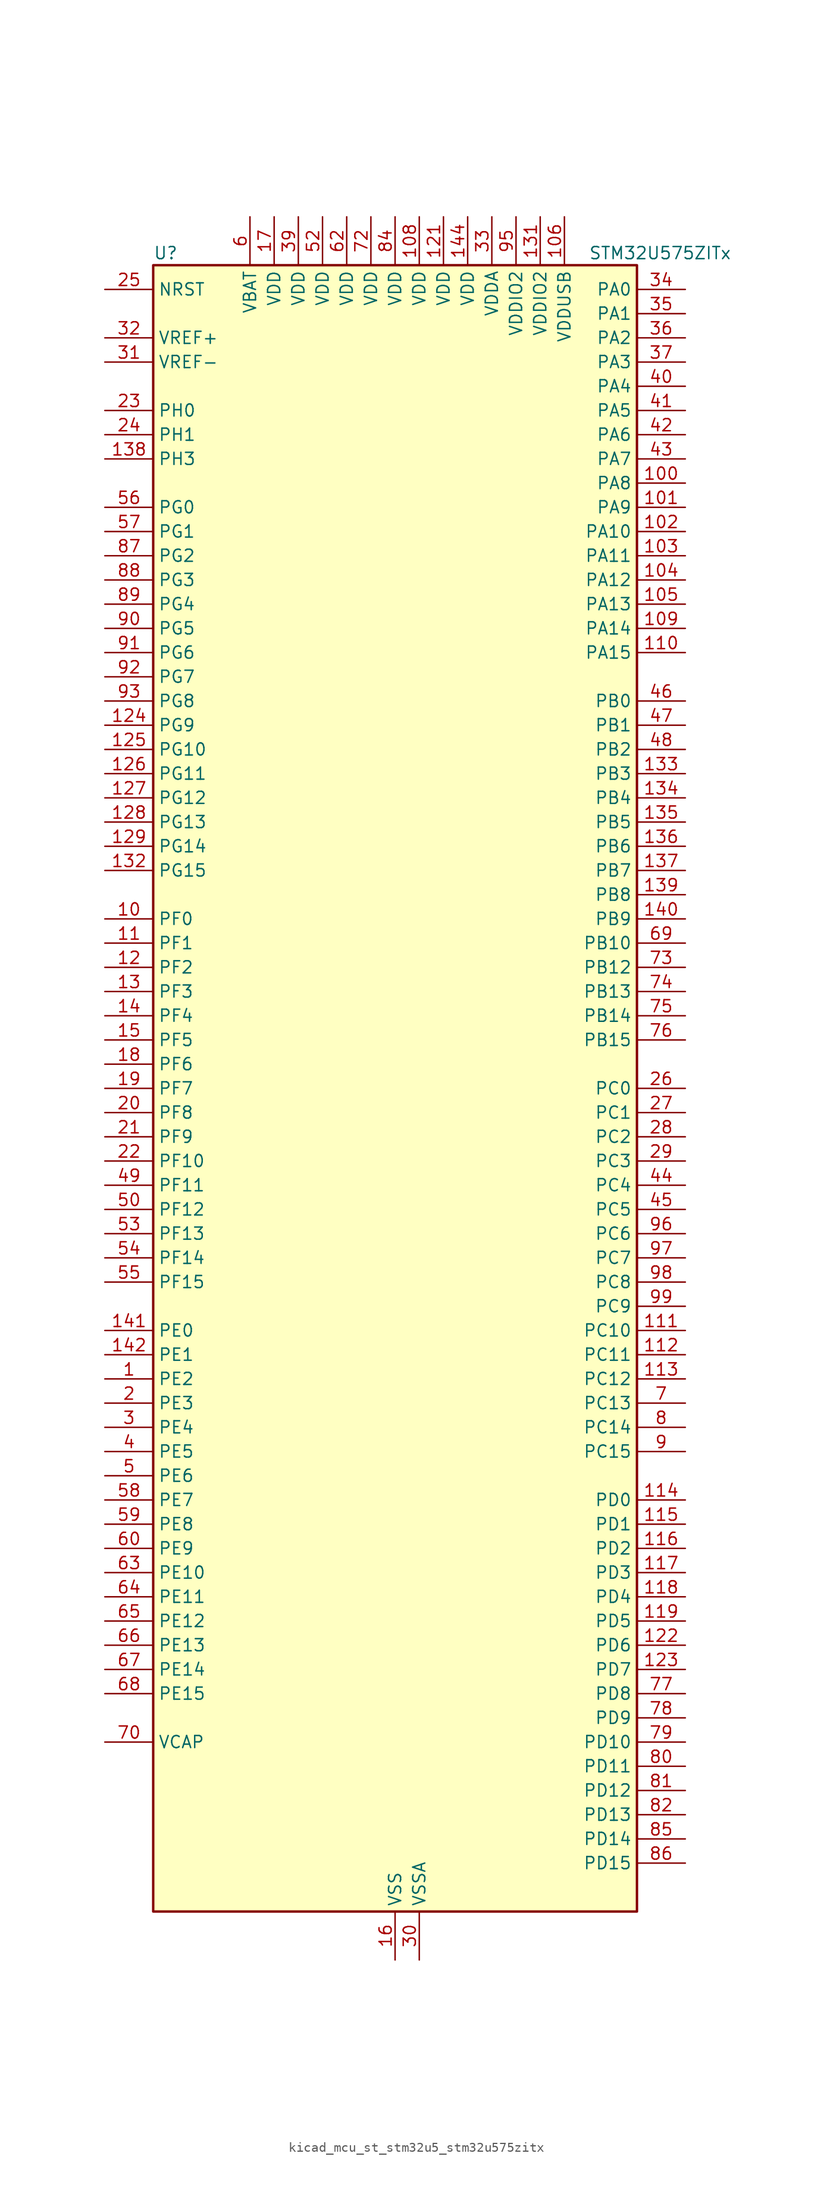
<source format=kicad_sym>
(kicad_symbol_lib
  (version 20220914)
  (generator kicad_symbol_editor)
  (symbol "kicad_mcu_st_stm32u5_stm32u575zitx"
    (property "Reference" "U"
      (at -25.4 87.63 0)
      (effects (font (size 1.27 1.27)) (justify left)))
    (property "Value" "STM32U575ZITx"
      (at 20.32 87.63 0)
      (effects (font (size 1.27 1.27)) (justify left)))
    (property "ki_locked" ""
      (at 0 0 0)
      (effects (font (size 1.27 1.27))))
    (symbol "kicad_mcu_st_stm32u5_stm32u575zitx_0_1"
      (rectangle (start -25.4 -86.36) (end 25.4 86.36) (stroke (width 0.254) (type default)) (fill (type background))))
    (symbol "kicad_mcu_st_stm32u5_stm32u575zitx_1_1"
      (pin bidirectional line (at -30.48 -30.48 0) (length 5.08) (name "PE2" (effects (font (size 1.27 1.27)))) (number "1" (effects (font (size 1.27 1.27)))) (alternate "DEBUG_TRACECLK" bidirectional line) (alternate "FMC_A23" bidirectional line) (alternate "SAI1_CK1" bidirectional line) (alternate "SAI1_MCLK_A" bidirectional line) (alternate "TIM3_ETR" bidirectional line) (alternate "TSC_G7_IO1" bidirectional line))
      (pin bidirectional line (at -30.48 17.78 0) (length 5.08) (name "PF0" (effects (font (size 1.27 1.27)))) (number "10" (effects (font (size 1.27 1.27)))) (alternate "FMC_A0" bidirectional line) (alternate "I2C2_SDA" bidirectional line) (alternate "OCTOSPIM_P2_IO0" bidirectional line))
      (pin bidirectional line (at 30.48 63.5 180) (length 5.08) (name "PA8" (effects (font (size 1.27 1.27)))) (number "100" (effects (font (size 1.27 1.27)))) (alternate "DEBUG_TRACECLK" bidirectional line) (alternate "LPTIM2_CH1" bidirectional line) (alternate "RCC_MCO" bidirectional line) (alternate "SAI1_CK2" bidirectional line) (alternate "SAI1_SCK_A" bidirectional line) (alternate "SPI1_RDY" bidirectional line) (alternate "TIM1_CH1" bidirectional line) (alternate "USART1_CK" bidirectional line) (alternate "USB_OTG_FS_SOF" bidirectional line))
      (pin bidirectional line (at 30.48 60.96 180) (length 5.08) (name "PA9" (effects (font (size 1.27 1.27)))) (number "101" (effects (font (size 1.27 1.27)))) (alternate "DAC1_EXTI9" bidirectional line) (alternate "DCMI_D0" bidirectional line) (alternate "PSSI_D0" bidirectional line) (alternate "SAI1_FS_A" bidirectional line) (alternate "SPI2_SCK" bidirectional line) (alternate "TIM15_BKIN" bidirectional line) (alternate "TIM1_CH2" bidirectional line) (alternate "USART1_TX" bidirectional line) (alternate "USB_OTG_FS_VBUS" bidirectional line))
      (pin bidirectional line (at 30.48 58.42 180) (length 5.08) (name "PA10" (effects (font (size 1.27 1.27)))) (number "102" (effects (font (size 1.27 1.27)))) (alternate "CRS_SYNC" bidirectional line) (alternate "DCMI_D1" bidirectional line) (alternate "LPTIM2_IN2" bidirectional line) (alternate "PSSI_D1" bidirectional line) (alternate "SAI1_D1" bidirectional line) (alternate "SAI1_SD_A" bidirectional line) (alternate "TIM17_BKIN" bidirectional line) (alternate "TIM1_CH3" bidirectional line) (alternate "USART1_RX" bidirectional line) (alternate "USB_OTG_FS_ID" bidirectional line))
      (pin bidirectional line (at 30.48 55.88 180) (length 5.08) (name "PA11" (effects (font (size 1.27 1.27)))) (number "103" (effects (font (size 1.27 1.27)))) (alternate "ADC1_EXTI11" bidirectional line) (alternate "FDCAN1_RX" bidirectional line) (alternate "SPI1_MISO" bidirectional line) (alternate "TIM1_BKIN2" bidirectional line) (alternate "TIM1_CH4" bidirectional line) (alternate "USART1_CTS" bidirectional line) (alternate "USB_OTG_FS_DM" bidirectional line))
      (pin bidirectional line (at 30.48 53.34 180) (length 5.08) (name "PA12" (effects (font (size 1.27 1.27)))) (number "104" (effects (font (size 1.27 1.27)))) (alternate "FDCAN1_TX" bidirectional line) (alternate "OCTOSPIM_P2_NCS" bidirectional line) (alternate "SPI1_MOSI" bidirectional line) (alternate "TIM1_ETR" bidirectional line) (alternate "USART1_DE" bidirectional line) (alternate "USART1_RTS" bidirectional line) (alternate "USB_OTG_FS_DP" bidirectional line))
      (pin bidirectional line (at 30.48 50.8 180) (length 5.08) (name "PA13" (effects (font (size 1.27 1.27)))) (number "105" (effects (font (size 1.27 1.27)))) (alternate "DEBUG_JTMS-SWDIO" bidirectional line) (alternate "IR_OUT" bidirectional line) (alternate "SAI1_SD_B" bidirectional line) (alternate "USB_OTG_FS_NOE" bidirectional line))
      (pin power_in line (at 17.78 91.44 270) (length 5.08) (name "VDDUSB" (effects (font (size 1.27 1.27)))) (number "106" (effects (font (size 1.27 1.27)))))
      (pin passive line (at 0 -91.44 90) (length 5.08) hide (name "VSS" (effects (font (size 1.27 1.27)))) (number "107" (effects (font (size 1.27 1.27)))))
      (pin power_in line (at 2.54 91.44 270) (length 5.08) (name "VDD" (effects (font (size 1.27 1.27)))) (number "108" (effects (font (size 1.27 1.27)))))
      (pin bidirectional line (at 30.48 48.26 180) (length 5.08) (name "PA14" (effects (font (size 1.27 1.27)))) (number "109" (effects (font (size 1.27 1.27)))) (alternate "DEBUG_JTCK-SWCLK" bidirectional line) (alternate "I2C1_SMBA" bidirectional line) (alternate "I2C4_SMBA" bidirectional line) (alternate "LPTIM1_CH1" bidirectional line) (alternate "SAI1_FS_B" bidirectional line) (alternate "USB_OTG_FS_SOF" bidirectional line))
      (pin bidirectional line (at -30.48 15.24 0) (length 5.08) (name "PF1" (effects (font (size 1.27 1.27)))) (number "11" (effects (font (size 1.27 1.27)))) (alternate "FMC_A1" bidirectional line) (alternate "I2C2_SCL" bidirectional line) (alternate "OCTOSPIM_P2_IO1" bidirectional line))
      (pin bidirectional line (at 30.48 45.72 180) (length 5.08) (name "PA15" (effects (font (size 1.27 1.27)))) (number "110" (effects (font (size 1.27 1.27)))) (alternate "ADC1_EXTI15" bidirectional line) (alternate "ADC4_EXTI15" bidirectional line) (alternate "DEBUG_JTDI" bidirectional line) (alternate "SAI2_FS_B" bidirectional line) (alternate "SPI1_NSS" bidirectional line) (alternate "SPI3_NSS" bidirectional line) (alternate "TIM2_CH1" bidirectional line) (alternate "TIM2_ETR" bidirectional line) (alternate "UART4_DE" bidirectional line) (alternate "UART4_RTS" bidirectional line) (alternate "UCPD1_CC1" bidirectional line) (alternate "USART2_RX" bidirectional line) (alternate "USART3_DE" bidirectional line) (alternate "USART3_RTS" bidirectional line))
      (pin bidirectional line (at 30.48 -25.4 180) (length 5.08) (name "PC10" (effects (font (size 1.27 1.27)))) (number "111" (effects (font (size 1.27 1.27)))) (alternate "ADF1_CCK1" bidirectional line) (alternate "DCMI_D8" bidirectional line) (alternate "DEBUG_TRACED1" bidirectional line) (alternate "LPTIM3_ETR" bidirectional line) (alternate "PSSI_D8" bidirectional line) (alternate "SAI2_SCK_B" bidirectional line) (alternate "SDMMC1_D2" bidirectional line) (alternate "SPI3_SCK" bidirectional line) (alternate "TSC_G3_IO2" bidirectional line) (alternate "UART4_TX" bidirectional line) (alternate "USART3_TX" bidirectional line))
      (pin bidirectional line (at 30.48 -27.94 180) (length 5.08) (name "PC11" (effects (font (size 1.27 1.27)))) (number "112" (effects (font (size 1.27 1.27)))) (alternate "ADC1_EXTI11" bidirectional line) (alternate "ADF1_SDI0" bidirectional line) (alternate "DCMI_D2" bidirectional line) (alternate "DCMI_D4" bidirectional line) (alternate "LPTIM3_IN1" bidirectional line) (alternate "OCTOSPIM_P1_NCS" bidirectional line) (alternate "PSSI_D2" bidirectional line) (alternate "PSSI_D4" bidirectional line) (alternate "SAI2_MCLK_B" bidirectional line) (alternate "SDMMC1_D3" bidirectional line) (alternate "SPI3_MISO" bidirectional line) (alternate "TSC_G3_IO3" bidirectional line) (alternate "UART4_RX" bidirectional line) (alternate "UCPD1_FRSTX2" bidirectional line) (alternate "USART3_RX" bidirectional line))
      (pin bidirectional line (at 30.48 -30.48 180) (length 5.08) (name "PC12" (effects (font (size 1.27 1.27)))) (number "113" (effects (font (size 1.27 1.27)))) (alternate "DCMI_D9" bidirectional line) (alternate "DEBUG_TRACED3" bidirectional line) (alternate "PSSI_D9" bidirectional line) (alternate "SAI2_SD_B" bidirectional line) (alternate "SDMMC1_CK" bidirectional line) (alternate "SPI3_MOSI" bidirectional line) (alternate "TSC_G3_IO4" bidirectional line) (alternate "UART5_TX" bidirectional line) (alternate "USART3_CK" bidirectional line))
      (pin bidirectional line (at 30.48 -43.18 180) (length 5.08) (name "PD0" (effects (font (size 1.27 1.27)))) (number "114" (effects (font (size 1.27 1.27)))) (alternate "FDCAN1_RX" bidirectional line) (alternate "FMC_D2" bidirectional line) (alternate "FMC_DA2" bidirectional line) (alternate "SPI2_NSS" bidirectional line) (alternate "TIM8_CH4N" bidirectional line))
      (pin bidirectional line (at 30.48 -45.72 180) (length 5.08) (name "PD1" (effects (font (size 1.27 1.27)))) (number "115" (effects (font (size 1.27 1.27)))) (alternate "FDCAN1_TX" bidirectional line) (alternate "FMC_D3" bidirectional line) (alternate "FMC_DA3" bidirectional line) (alternate "SPI2_SCK" bidirectional line))
      (pin bidirectional line (at 30.48 -48.26 180) (length 5.08) (name "PD2" (effects (font (size 1.27 1.27)))) (number "116" (effects (font (size 1.27 1.27)))) (alternate "DCMI_D11" bidirectional line) (alternate "DEBUG_TRACED2" bidirectional line) (alternate "LPTIM4_ETR" bidirectional line) (alternate "PSSI_D11" bidirectional line) (alternate "SDMMC1_CMD" bidirectional line) (alternate "TIM3_ETR" bidirectional line) (alternate "TSC_SYNC" bidirectional line) (alternate "UART5_RX" bidirectional line) (alternate "USART3_DE" bidirectional line) (alternate "USART3_RTS" bidirectional line))
      (pin bidirectional line (at 30.48 -50.8 180) (length 5.08) (name "PD3" (effects (font (size 1.27 1.27)))) (number "117" (effects (font (size 1.27 1.27)))) (alternate "DCMI_D5" bidirectional line) (alternate "FMC_CLK" bidirectional line) (alternate "MDF1_SDI0" bidirectional line) (alternate "OCTOSPIM_P2_NCS" bidirectional line) (alternate "PSSI_D5" bidirectional line) (alternate "SPI2_MISO" bidirectional line) (alternate "SPI2_SCK" bidirectional line) (alternate "USART2_CTS" bidirectional line))
      (pin bidirectional line (at 30.48 -53.34 180) (length 5.08) (name "PD4" (effects (font (size 1.27 1.27)))) (number "118" (effects (font (size 1.27 1.27)))) (alternate "FMC_NOE" bidirectional line) (alternate "MDF1_CKI0" bidirectional line) (alternate "OCTOSPIM_P1_IO4" bidirectional line) (alternate "SPI2_MOSI" bidirectional line) (alternate "USART2_DE" bidirectional line) (alternate "USART2_RTS" bidirectional line))
      (pin bidirectional line (at 30.48 -55.88 180) (length 5.08) (name "PD5" (effects (font (size 1.27 1.27)))) (number "119" (effects (font (size 1.27 1.27)))) (alternate "FMC_NWE" bidirectional line) (alternate "OCTOSPIM_P1_IO5" bidirectional line) (alternate "SPI2_RDY" bidirectional line) (alternate "USART2_TX" bidirectional line))
      (pin bidirectional line (at -30.48 12.7 0) (length 5.08) (name "PF2" (effects (font (size 1.27 1.27)))) (number "12" (effects (font (size 1.27 1.27)))) (alternate "FMC_A2" bidirectional line) (alternate "I2C2_SMBA" bidirectional line) (alternate "LPTIM3_CH2" bidirectional line) (alternate "OCTOSPIM_P2_IO2" bidirectional line) (alternate "PWR_WKUP8" bidirectional line))
      (pin passive line (at 0 -91.44 90) (length 5.08) hide (name "VSS" (effects (font (size 1.27 1.27)))) (number "120" (effects (font (size 1.27 1.27)))))
      (pin power_in line (at 5.08 91.44 270) (length 5.08) (name "VDD" (effects (font (size 1.27 1.27)))) (number "121" (effects (font (size 1.27 1.27)))))
      (pin bidirectional line (at 30.48 -58.42 180) (length 5.08) (name "PD6" (effects (font (size 1.27 1.27)))) (number "122" (effects (font (size 1.27 1.27)))) (alternate "DCMI_D10" bidirectional line) (alternate "FMC_NWAIT" bidirectional line) (alternate "MDF1_SDI1" bidirectional line) (alternate "OCTOSPIM_P1_IO6" bidirectional line) (alternate "PSSI_D10" bidirectional line) (alternate "SAI1_D1" bidirectional line) (alternate "SAI1_SD_A" bidirectional line) (alternate "SDMMC2_CK" bidirectional line) (alternate "SPI3_MOSI" bidirectional line) (alternate "USART2_RX" bidirectional line))
      (pin bidirectional line (at 30.48 -60.96 180) (length 5.08) (name "PD7" (effects (font (size 1.27 1.27)))) (number "123" (effects (font (size 1.27 1.27)))) (alternate "FMC_NCE" bidirectional line) (alternate "FMC_NE1" bidirectional line) (alternate "LPTIM4_OUT" bidirectional line) (alternate "MDF1_CKI1" bidirectional line) (alternate "OCTOSPIM_P1_IO7" bidirectional line) (alternate "SDMMC2_CMD" bidirectional line) (alternate "USART2_CK" bidirectional line))
      (pin bidirectional line (at -30.48 38.1 0) (length 5.08) (name "PG9" (effects (font (size 1.27 1.27)))) (number "124" (effects (font (size 1.27 1.27)))) (alternate "DAC1_EXTI9" bidirectional line) (alternate "FMC_NCE" bidirectional line) (alternate "FMC_NE2" bidirectional line) (alternate "OCTOSPIM_P2_IO6" bidirectional line) (alternate "SAI2_SCK_A" bidirectional line) (alternate "SPI3_SCK" bidirectional line) (alternate "TIM15_CH1N" bidirectional line) (alternate "USART1_TX" bidirectional line))
      (pin bidirectional line (at -30.48 35.56 0) (length 5.08) (name "PG10" (effects (font (size 1.27 1.27)))) (number "125" (effects (font (size 1.27 1.27)))) (alternate "FMC_NE3" bidirectional line) (alternate "LPTIM1_IN1" bidirectional line) (alternate "OCTOSPIM_P2_IO7" bidirectional line) (alternate "SAI2_FS_A" bidirectional line) (alternate "SPI3_MISO" bidirectional line) (alternate "TIM15_CH1" bidirectional line) (alternate "USART1_RX" bidirectional line))
      (pin bidirectional line (at -30.48 33.02 0) (length 5.08) (name "PG11" (effects (font (size 1.27 1.27)))) (number "126" (effects (font (size 1.27 1.27)))) (alternate "ADC1_EXTI11" bidirectional line) (alternate "LPTIM1_IN2" bidirectional line) (alternate "OCTOSPIM_P1_IO5" bidirectional line) (alternate "SAI2_MCLK_A" bidirectional line) (alternate "SPI3_MOSI" bidirectional line) (alternate "TIM15_CH2" bidirectional line) (alternate "USART1_CTS" bidirectional line))
      (pin bidirectional line (at -30.48 30.48 0) (length 5.08) (name "PG12" (effects (font (size 1.27 1.27)))) (number "127" (effects (font (size 1.27 1.27)))) (alternate "FMC_NE4" bidirectional line) (alternate "LPTIM1_ETR" bidirectional line) (alternate "OCTOSPIM_P2_NCS" bidirectional line) (alternate "SAI2_SD_A" bidirectional line) (alternate "SPI3_NSS" bidirectional line) (alternate "USART1_DE" bidirectional line) (alternate "USART1_RTS" bidirectional line))
      (pin bidirectional line (at -30.48 27.94 0) (length 5.08) (name "PG13" (effects (font (size 1.27 1.27)))) (number "128" (effects (font (size 1.27 1.27)))) (alternate "FMC_A24" bidirectional line) (alternate "I2C1_SDA" bidirectional line) (alternate "SPI3_RDY" bidirectional line) (alternate "USART1_CK" bidirectional line))
      (pin bidirectional line (at -30.48 25.4 0) (length 5.08) (name "PG14" (effects (font (size 1.27 1.27)))) (number "129" (effects (font (size 1.27 1.27)))) (alternate "FMC_A25" bidirectional line) (alternate "I2C1_SCL" bidirectional line) (alternate "LPTIM1_CH2" bidirectional line))
      (pin bidirectional line (at -30.48 10.16 0) (length 5.08) (name "PF3" (effects (font (size 1.27 1.27)))) (number "13" (effects (font (size 1.27 1.27)))) (alternate "FMC_A3" bidirectional line) (alternate "LPTIM3_IN1" bidirectional line) (alternate "OCTOSPIM_P2_IO3" bidirectional line))
      (pin passive line (at 0 -91.44 90) (length 5.08) hide (name "VSS" (effects (font (size 1.27 1.27)))) (number "130" (effects (font (size 1.27 1.27)))))
      (pin power_in line (at 15.24 91.44 270) (length 5.08) (name "VDDIO2" (effects (font (size 1.27 1.27)))) (number "131" (effects (font (size 1.27 1.27)))))
      (pin bidirectional line (at -30.48 22.86 0) (length 5.08) (name "PG15" (effects (font (size 1.27 1.27)))) (number "132" (effects (font (size 1.27 1.27)))) (alternate "ADC1_EXTI15" bidirectional line) (alternate "ADC4_EXTI15" bidirectional line) (alternate "DCMI_D13" bidirectional line) (alternate "I2C1_SMBA" bidirectional line) (alternate "LPTIM1_CH1" bidirectional line) (alternate "OCTOSPIM_P2_DQS" bidirectional line) (alternate "PSSI_D13" bidirectional line))
      (pin bidirectional line (at 30.48 33.02 180) (length 5.08) (name "PB3" (effects (font (size 1.27 1.27)))) (number "133" (effects (font (size 1.27 1.27)))) (alternate "ADF1_CCK0" bidirectional line) (alternate "COMP2_INM" bidirectional line) (alternate "CRS_SYNC" bidirectional line) (alternate "DEBUG_JTDO-SWO" bidirectional line) (alternate "I2C1_SDA" bidirectional line) (alternate "LPTIM1_CH1" bidirectional line) (alternate "SAI1_SCK_B" bidirectional line) (alternate "SDMMC2_D2" bidirectional line) (alternate "SPI1_SCK" bidirectional line) (alternate "SPI3_SCK" bidirectional line) (alternate "TIM2_CH2" bidirectional line) (alternate "USART1_DE" bidirectional line) (alternate "USART1_RTS" bidirectional line))
      (pin bidirectional line (at 30.48 30.48 180) (length 5.08) (name "PB4" (effects (font (size 1.27 1.27)))) (number "134" (effects (font (size 1.27 1.27)))) (alternate "ADF1_SDI0" bidirectional line) (alternate "COMP2_INP" bidirectional line) (alternate "DCMI_D12" bidirectional line) (alternate "DEBUG_JTRST" bidirectional line) (alternate "I2C3_SDA" bidirectional line) (alternate "LPTIM1_CH2" bidirectional line) (alternate "PSSI_D12" bidirectional line) (alternate "SAI1_MCLK_B" bidirectional line) (alternate "SDMMC2_D3" bidirectional line) (alternate "SPI1_MISO" bidirectional line) (alternate "SPI3_MISO" bidirectional line) (alternate "TIM17_BKIN" bidirectional line) (alternate "TIM3_CH1" bidirectional line) (alternate "TSC_G2_IO1" bidirectional line) (alternate "UART5_DE" bidirectional line) (alternate "UART5_RTS" bidirectional line) (alternate "USART1_CTS" bidirectional line))
      (pin bidirectional line (at 30.48 27.94 180) (length 5.08) (name "PB5" (effects (font (size 1.27 1.27)))) (number "135" (effects (font (size 1.27 1.27)))) (alternate "COMP2_OUT" bidirectional line) (alternate "DCMI_D10" bidirectional line) (alternate "I2C1_SMBA" bidirectional line) (alternate "LPTIM1_IN1" bidirectional line) (alternate "OCTOSPIM_P1_NCLK" bidirectional line) (alternate "PSSI_D10" bidirectional line) (alternate "PWR_WKUP6" bidirectional line) (alternate "SAI1_SD_B" bidirectional line) (alternate "SPI1_MOSI" bidirectional line) (alternate "SPI3_MOSI" bidirectional line) (alternate "TIM16_BKIN" bidirectional line) (alternate "TIM3_CH2" bidirectional line) (alternate "TSC_G2_IO2" bidirectional line) (alternate "UART5_CTS" bidirectional line) (alternate "UCPD1_DBCC1" bidirectional line) (alternate "USART1_CK" bidirectional line))
      (pin bidirectional line (at 30.48 25.4 180) (length 5.08) (name "PB6" (effects (font (size 1.27 1.27)))) (number "136" (effects (font (size 1.27 1.27)))) (alternate "COMP2_INP" bidirectional line) (alternate "DCMI_D5" bidirectional line) (alternate "I2C1_SCL" bidirectional line) (alternate "I2C4_SCL" bidirectional line) (alternate "LPTIM1_ETR" bidirectional line) (alternate "MDF1_SDI5" bidirectional line) (alternate "PSSI_D5" bidirectional line) (alternate "PWR_WKUP3" bidirectional line) (alternate "SAI1_FS_B" bidirectional line) (alternate "TIM16_CH1N" bidirectional line) (alternate "TIM4_CH1" bidirectional line) (alternate "TIM8_BKIN2" bidirectional line) (alternate "TSC_G2_IO3" bidirectional line) (alternate "USART1_TX" bidirectional line))
      (pin bidirectional line (at 30.48 22.86 180) (length 5.08) (name "PB7" (effects (font (size 1.27 1.27)))) (number "137" (effects (font (size 1.27 1.27)))) (alternate "COMP2_INM" bidirectional line) (alternate "DCMI_VSYNC" bidirectional line) (alternate "FMC_NL" bidirectional line) (alternate "I2C1_SDA" bidirectional line) (alternate "I2C4_SDA" bidirectional line) (alternate "LPTIM1_IN2" bidirectional line) (alternate "MDF1_CKI5" bidirectional line) (alternate "PSSI_RDY" bidirectional line) (alternate "PWR_PVD_IN" bidirectional line) (alternate "PWR_WKUP4" bidirectional line) (alternate "TIM17_CH1N" bidirectional line) (alternate "TIM4_CH2" bidirectional line) (alternate "TIM8_BKIN" bidirectional line) (alternate "TSC_G2_IO4" bidirectional line) (alternate "UART4_CTS" bidirectional line) (alternate "USART1_RX" bidirectional line))
      (pin bidirectional line (at -30.48 66.04 0) (length 5.08) (name "PH3" (effects (font (size 1.27 1.27)))) (number "138" (effects (font (size 1.27 1.27)))))
      (pin bidirectional line (at 30.48 20.32 180) (length 5.08) (name "PB8" (effects (font (size 1.27 1.27)))) (number "139" (effects (font (size 1.27 1.27)))) (alternate "DCMI_D6" bidirectional line) (alternate "FDCAN1_RX" bidirectional line) (alternate "I2C1_SCL" bidirectional line) (alternate "MDF1_CCK0" bidirectional line) (alternate "PSSI_D6" bidirectional line) (alternate "PWR_WKUP5" bidirectional line) (alternate "SAI1_CK1" bidirectional line) (alternate "SAI1_MCLK_A" bidirectional line) (alternate "SDMMC1_CKIN" bidirectional line) (alternate "SDMMC1_D4" bidirectional line) (alternate "SDMMC2_D4" bidirectional line) (alternate "SPI3_RDY" bidirectional line) (alternate "TIM16_CH1" bidirectional line) (alternate "TIM4_CH3" bidirectional line))
      (pin bidirectional line (at -30.48 7.62 0) (length 5.08) (name "PF4" (effects (font (size 1.27 1.27)))) (number "14" (effects (font (size 1.27 1.27)))) (alternate "FMC_A4" bidirectional line) (alternate "LPTIM3_ETR" bidirectional line) (alternate "OCTOSPIM_P2_CLK" bidirectional line))
      (pin bidirectional line (at 30.48 17.78 180) (length 5.08) (name "PB9" (effects (font (size 1.27 1.27)))) (number "140" (effects (font (size 1.27 1.27)))) (alternate "DAC1_EXTI9" bidirectional line) (alternate "DCMI_D7" bidirectional line) (alternate "FDCAN1_TX" bidirectional line) (alternate "I2C1_SDA" bidirectional line) (alternate "IR_OUT" bidirectional line) (alternate "PSSI_D7" bidirectional line) (alternate "SAI1_D2" bidirectional line) (alternate "SAI1_FS_A" bidirectional line) (alternate "SDMMC1_CDIR" bidirectional line) (alternate "SDMMC1_D5" bidirectional line) (alternate "SDMMC2_D5" bidirectional line) (alternate "SPI2_NSS" bidirectional line) (alternate "TIM17_CH1" bidirectional line) (alternate "TIM4_CH4" bidirectional line))
      (pin bidirectional line (at -30.48 -25.4 0) (length 5.08) (name "PE0" (effects (font (size 1.27 1.27)))) (number "141" (effects (font (size 1.27 1.27)))) (alternate "DCMI_D2" bidirectional line) (alternate "FMC_NBL0" bidirectional line) (alternate "PSSI_D2" bidirectional line) (alternate "TIM16_CH1" bidirectional line) (alternate "TIM4_ETR" bidirectional line))
      (pin bidirectional line (at -30.48 -27.94 0) (length 5.08) (name "PE1" (effects (font (size 1.27 1.27)))) (number "142" (effects (font (size 1.27 1.27)))) (alternate "DCMI_D3" bidirectional line) (alternate "FMC_NBL1" bidirectional line) (alternate "PSSI_D3" bidirectional line) (alternate "TIM17_CH1" bidirectional line))
      (pin passive line (at 0 -91.44 90) (length 5.08) hide (name "VSS" (effects (font (size 1.27 1.27)))) (number "143" (effects (font (size 1.27 1.27)))))
      (pin power_in line (at 7.62 91.44 270) (length 5.08) (name "VDD" (effects (font (size 1.27 1.27)))) (number "144" (effects (font (size 1.27 1.27)))))
      (pin bidirectional line (at -30.48 5.08 0) (length 5.08) (name "PF5" (effects (font (size 1.27 1.27)))) (number "15" (effects (font (size 1.27 1.27)))) (alternate "FMC_A5" bidirectional line) (alternate "LPTIM3_CH1" bidirectional line) (alternate "OCTOSPIM_P2_NCLK" bidirectional line))
      (pin power_in line (at 0 -91.44 90) (length 5.08) (name "VSS" (effects (font (size 1.27 1.27)))) (number "16" (effects (font (size 1.27 1.27)))))
      (pin power_in line (at -12.7 91.44 270) (length 5.08) (name "VDD" (effects (font (size 1.27 1.27)))) (number "17" (effects (font (size 1.27 1.27)))))
      (pin bidirectional line (at -30.48 2.54 0) (length 5.08) (name "PF6" (effects (font (size 1.27 1.27)))) (number "18" (effects (font (size 1.27 1.27)))) (alternate "DCMI_D12" bidirectional line) (alternate "OCTOSPIM_P1_IO3" bidirectional line) (alternate "OCTOSPIM_P2_NCS" bidirectional line) (alternate "PSSI_D12" bidirectional line) (alternate "SAI1_SD_B" bidirectional line) (alternate "TIM5_CH1" bidirectional line) (alternate "TIM5_ETR" bidirectional line))
      (pin bidirectional line (at -30.48 0 0) (length 5.08) (name "PF7" (effects (font (size 1.27 1.27)))) (number "19" (effects (font (size 1.27 1.27)))) (alternate "FDCAN1_RX" bidirectional line) (alternate "OCTOSPIM_P1_IO2" bidirectional line) (alternate "SAI1_MCLK_B" bidirectional line) (alternate "TIM5_CH2" bidirectional line))
      (pin bidirectional line (at -30.48 -33.02 0) (length 5.08) (name "PE3" (effects (font (size 1.27 1.27)))) (number "2" (effects (font (size 1.27 1.27)))) (alternate "DEBUG_TRACED0" bidirectional line) (alternate "FMC_A19" bidirectional line) (alternate "OCTOSPIM_P1_DQS" bidirectional line) (alternate "SAI1_SD_B" bidirectional line) (alternate "TAMP_IN6" bidirectional line) (alternate "TAMP_OUT3" bidirectional line) (alternate "TIM3_CH1" bidirectional line) (alternate "TSC_G7_IO2" bidirectional line))
      (pin bidirectional line (at -30.48 -2.54 0) (length 5.08) (name "PF8" (effects (font (size 1.27 1.27)))) (number "20" (effects (font (size 1.27 1.27)))) (alternate "FDCAN1_TX" bidirectional line) (alternate "OCTOSPIM_P1_IO0" bidirectional line) (alternate "PSSI_D14" bidirectional line) (alternate "SAI1_SCK_B" bidirectional line) (alternate "TIM5_CH3" bidirectional line))
      (pin bidirectional line (at -30.48 -5.08 0) (length 5.08) (name "PF9" (effects (font (size 1.27 1.27)))) (number "21" (effects (font (size 1.27 1.27)))) (alternate "DAC1_EXTI9" bidirectional line) (alternate "OCTOSPIM_P1_IO1" bidirectional line) (alternate "PSSI_D15" bidirectional line) (alternate "SAI1_FS_B" bidirectional line) (alternate "TIM15_CH1" bidirectional line) (alternate "TIM5_CH4" bidirectional line))
      (pin bidirectional line (at -30.48 -7.62 0) (length 5.08) (name "PF10" (effects (font (size 1.27 1.27)))) (number "22" (effects (font (size 1.27 1.27)))) (alternate "DCMI_D11" bidirectional line) (alternate "MDF1_CCK1" bidirectional line) (alternate "OCTOSPIM_P1_CLK" bidirectional line) (alternate "PSSI_D11" bidirectional line) (alternate "PSSI_D15" bidirectional line) (alternate "SAI1_D3" bidirectional line) (alternate "TIM15_CH2" bidirectional line))
      (pin bidirectional line (at -30.48 71.12 0) (length 5.08) (name "PH0" (effects (font (size 1.27 1.27)))) (number "23" (effects (font (size 1.27 1.27)))) (alternate "RCC_OSC_IN" bidirectional line))
      (pin bidirectional line (at -30.48 68.58 0) (length 5.08) (name "PH1" (effects (font (size 1.27 1.27)))) (number "24" (effects (font (size 1.27 1.27)))) (alternate "RCC_OSC_OUT" bidirectional line))
      (pin input line (at -30.48 83.82 0) (length 5.08) (name "NRST" (effects (font (size 1.27 1.27)))) (number "25" (effects (font (size 1.27 1.27)))))
      (pin bidirectional line (at 30.48 0 180) (length 5.08) (name "PC0" (effects (font (size 1.27 1.27)))) (number "26" (effects (font (size 1.27 1.27)))) (alternate "ADC1_IN1" bidirectional line) (alternate "ADC4_IN1" bidirectional line) (alternate "I2C3_SCL" bidirectional line) (alternate "LPTIM1_IN1" bidirectional line) (alternate "LPTIM2_IN1" bidirectional line) (alternate "LPUART1_RX" bidirectional line) (alternate "MDF1_SDI4" bidirectional line) (alternate "OCTOSPIM_P1_IO7" bidirectional line) (alternate "SAI2_FS_A" bidirectional line) (alternate "SDMMC1_D5" bidirectional line) (alternate "SPI2_RDY" bidirectional line))
      (pin bidirectional line (at 30.48 -2.54 180) (length 5.08) (name "PC1" (effects (font (size 1.27 1.27)))) (number "27" (effects (font (size 1.27 1.27)))) (alternate "ADC1_IN2" bidirectional line) (alternate "ADC4_IN2" bidirectional line) (alternate "DEBUG_TRACED0" bidirectional line) (alternate "I2C3_SDA" bidirectional line) (alternate "LPTIM1_CH1" bidirectional line) (alternate "LPUART1_TX" bidirectional line) (alternate "MDF1_CKI4" bidirectional line) (alternate "OCTOSPIM_P1_IO4" bidirectional line) (alternate "SAI1_SD_A" bidirectional line) (alternate "SDMMC2_CK" bidirectional line) (alternate "SPI2_MOSI" bidirectional line))
      (pin bidirectional line (at 30.48 -5.08 180) (length 5.08) (name "PC2" (effects (font (size 1.27 1.27)))) (number "28" (effects (font (size 1.27 1.27)))) (alternate "ADC1_IN3" bidirectional line) (alternate "ADC4_IN3" bidirectional line) (alternate "LPTIM1_IN2" bidirectional line) (alternate "MDF1_CCK1" bidirectional line) (alternate "OCTOSPIM_P1_IO5" bidirectional line) (alternate "SPI2_MISO" bidirectional line))
      (pin bidirectional line (at 30.48 -7.62 180) (length 5.08) (name "PC3" (effects (font (size 1.27 1.27)))) (number "29" (effects (font (size 1.27 1.27)))) (alternate "ADC1_IN4" bidirectional line) (alternate "ADC4_IN4" bidirectional line) (alternate "LPTIM1_ETR" bidirectional line) (alternate "LPTIM2_ETR" bidirectional line) (alternate "LPTIM3_CH1" bidirectional line) (alternate "OCTOSPIM_P1_IO6" bidirectional line) (alternate "SAI1_D1" bidirectional line) (alternate "SAI1_SD_A" bidirectional line) (alternate "SPI2_MOSI" bidirectional line))
      (pin bidirectional line (at -30.48 -35.56 0) (length 5.08) (name "PE4" (effects (font (size 1.27 1.27)))) (number "3" (effects (font (size 1.27 1.27)))) (alternate "DCMI_D4" bidirectional line) (alternate "DEBUG_TRACED1" bidirectional line) (alternate "FMC_A20" bidirectional line) (alternate "MDF1_SDI3" bidirectional line) (alternate "PSSI_D4" bidirectional line) (alternate "PWR_WKUP1" bidirectional line) (alternate "SAI1_D2" bidirectional line) (alternate "SAI1_FS_A" bidirectional line) (alternate "TAMP_IN7" bidirectional line) (alternate "TAMP_OUT8" bidirectional line) (alternate "TIM3_CH2" bidirectional line) (alternate "TSC_G7_IO3" bidirectional line))
      (pin power_in line (at 2.54 -91.44 90) (length 5.08) (name "VSSA" (effects (font (size 1.27 1.27)))) (number "30" (effects (font (size 1.27 1.27)))))
      (pin input line (at -30.48 76.2 0) (length 5.08) (name "VREF-" (effects (font (size 1.27 1.27)))) (number "31" (effects (font (size 1.27 1.27)))))
      (pin input line (at -30.48 78.74 0) (length 5.08) (name "VREF+" (effects (font (size 1.27 1.27)))) (number "32" (effects (font (size 1.27 1.27)))) (alternate "VREFBUF_OUT" bidirectional line))
      (pin power_in line (at 10.16 91.44 270) (length 5.08) (name "VDDA" (effects (font (size 1.27 1.27)))) (number "33" (effects (font (size 1.27 1.27)))))
      (pin bidirectional line (at 30.48 83.82 180) (length 5.08) (name "PA0" (effects (font (size 1.27 1.27)))) (number "34" (effects (font (size 1.27 1.27)))) (alternate "ADC1_IN5" bidirectional line) (alternate "AUDIOCLK" bidirectional line) (alternate "OCTOSPIM_P2_NCS" bidirectional line) (alternate "OPAMP1_VINP" bidirectional line) (alternate "PWR_WKUP1" bidirectional line) (alternate "SDMMC2_CMD" bidirectional line) (alternate "SPI3_RDY" bidirectional line) (alternate "TAMP_IN2" bidirectional line) (alternate "TAMP_OUT1" bidirectional line) (alternate "TIM2_CH1" bidirectional line) (alternate "TIM2_ETR" bidirectional line) (alternate "TIM5_CH1" bidirectional line) (alternate "TIM8_ETR" bidirectional line) (alternate "UART4_TX" bidirectional line) (alternate "USART2_CTS" bidirectional line))
      (pin bidirectional line (at 30.48 81.28 180) (length 5.08) (name "PA1" (effects (font (size 1.27 1.27)))) (number "35" (effects (font (size 1.27 1.27)))) (alternate "ADC1_IN6" bidirectional line) (alternate "I2C1_SMBA" bidirectional line) (alternate "LPTIM1_CH2" bidirectional line) (alternate "OCTOSPIM_P1_DQS" bidirectional line) (alternate "OPAMP1_VINM" bidirectional line) (alternate "PWR_WKUP3" bidirectional line) (alternate "SPI1_SCK" bidirectional line) (alternate "TAMP_IN5" bidirectional line) (alternate "TAMP_OUT4" bidirectional line) (alternate "TIM15_CH1N" bidirectional line) (alternate "TIM2_CH2" bidirectional line) (alternate "TIM5_CH2" bidirectional line) (alternate "UART4_RX" bidirectional line) (alternate "USART2_DE" bidirectional line) (alternate "USART2_RTS" bidirectional line))
      (pin bidirectional line (at 30.48 78.74 180) (length 5.08) (name "PA2" (effects (font (size 1.27 1.27)))) (number "36" (effects (font (size 1.27 1.27)))) (alternate "ADC1_IN7" bidirectional line) (alternate "COMP1_INP" bidirectional line) (alternate "LPUART1_TX" bidirectional line) (alternate "OCTOSPIM_P1_NCS" bidirectional line) (alternate "PWR_WKUP4" bidirectional line) (alternate "RCC_LSCO" bidirectional line) (alternate "SPI1_RDY" bidirectional line) (alternate "TIM15_CH1" bidirectional line) (alternate "TIM2_CH3" bidirectional line) (alternate "TIM5_CH3" bidirectional line) (alternate "UCPD1_FRSTX1" bidirectional line) (alternate "USART2_TX" bidirectional line))
      (pin bidirectional line (at 30.48 76.2 180) (length 5.08) (name "PA3" (effects (font (size 1.27 1.27)))) (number "37" (effects (font (size 1.27 1.27)))) (alternate "ADC1_IN8" bidirectional line) (alternate "LPUART1_RX" bidirectional line) (alternate "OCTOSPIM_P1_CLK" bidirectional line) (alternate "OPAMP1_VOUT" bidirectional line) (alternate "PWR_WKUP5" bidirectional line) (alternate "SAI1_CK1" bidirectional line) (alternate "SAI1_MCLK_A" bidirectional line) (alternate "TIM15_CH2" bidirectional line) (alternate "TIM2_CH4" bidirectional line) (alternate "TIM5_CH4" bidirectional line) (alternate "USART2_RX" bidirectional line))
      (pin passive line (at 0 -91.44 90) (length 5.08) hide (name "VSS" (effects (font (size 1.27 1.27)))) (number "38" (effects (font (size 1.27 1.27)))))
      (pin power_in line (at -10.16 91.44 270) (length 5.08) (name "VDD" (effects (font (size 1.27 1.27)))) (number "39" (effects (font (size 1.27 1.27)))))
      (pin bidirectional line (at -30.48 -38.1 0) (length 5.08) (name "PE5" (effects (font (size 1.27 1.27)))) (number "4" (effects (font (size 1.27 1.27)))) (alternate "DCMI_D6" bidirectional line) (alternate "DEBUG_TRACED2" bidirectional line) (alternate "FMC_A21" bidirectional line) (alternate "MDF1_CKI3" bidirectional line) (alternate "PSSI_D6" bidirectional line) (alternate "PWR_WKUP2" bidirectional line) (alternate "SAI1_CK2" bidirectional line) (alternate "SAI1_SCK_A" bidirectional line) (alternate "TAMP_IN8" bidirectional line) (alternate "TAMP_OUT7" bidirectional line) (alternate "TIM3_CH3" bidirectional line) (alternate "TSC_G7_IO4" bidirectional line))
      (pin bidirectional line (at 30.48 73.66 180) (length 5.08) (name "PA4" (effects (font (size 1.27 1.27)))) (number "40" (effects (font (size 1.27 1.27)))) (alternate "ADC1_IN9" bidirectional line) (alternate "ADC4_IN9" bidirectional line) (alternate "DAC1_OUT1" bidirectional line) (alternate "DCMI_HSYNC" bidirectional line) (alternate "LPTIM2_CH1" bidirectional line) (alternate "OCTOSPIM_P1_NCS" bidirectional line) (alternate "PSSI_DE" bidirectional line) (alternate "PWR_WKUP2" bidirectional line) (alternate "SAI1_FS_B" bidirectional line) (alternate "SPI1_NSS" bidirectional line) (alternate "SPI3_NSS" bidirectional line) (alternate "USART2_CK" bidirectional line))
      (pin bidirectional line (at 30.48 71.12 180) (length 5.08) (name "PA5" (effects (font (size 1.27 1.27)))) (number "41" (effects (font (size 1.27 1.27)))) (alternate "ADC1_IN10" bidirectional line) (alternate "ADC4_IN10" bidirectional line) (alternate "DAC1_OUT2" bidirectional line) (alternate "LPTIM2_ETR" bidirectional line) (alternate "PSSI_D14" bidirectional line) (alternate "PWR_CSLEEP" bidirectional line) (alternate "PWR_WKUP6" bidirectional line) (alternate "SPI1_SCK" bidirectional line) (alternate "TIM2_CH1" bidirectional line) (alternate "TIM2_ETR" bidirectional line) (alternate "TIM8_CH1N" bidirectional line) (alternate "USART3_RX" bidirectional line))
      (pin bidirectional line (at 30.48 68.58 180) (length 5.08) (name "PA6" (effects (font (size 1.27 1.27)))) (number "42" (effects (font (size 1.27 1.27)))) (alternate "ADC1_IN11" bidirectional line) (alternate "ADC4_IN11" bidirectional line) (alternate "DCMI_PIXCLK" bidirectional line) (alternate "LPUART1_CTS" bidirectional line) (alternate "OCTOSPIM_P1_IO3" bidirectional line) (alternate "OPAMP2_VINP" bidirectional line) (alternate "PSSI_PDCK" bidirectional line) (alternate "PWR_CDSTOP" bidirectional line) (alternate "PWR_WKUP7" bidirectional line) (alternate "SPI1_MISO" bidirectional line) (alternate "TIM16_CH1" bidirectional line) (alternate "TIM1_BKIN" bidirectional line) (alternate "TIM3_CH1" bidirectional line) (alternate "TIM8_BKIN" bidirectional line) (alternate "USART3_CTS" bidirectional line))
      (pin bidirectional line (at 30.48 66.04 180) (length 5.08) (name "PA7" (effects (font (size 1.27 1.27)))) (number "43" (effects (font (size 1.27 1.27)))) (alternate "ADC1_IN12" bidirectional line) (alternate "ADC4_IN20" bidirectional line) (alternate "I2C3_SCL" bidirectional line) (alternate "LPTIM2_CH2" bidirectional line) (alternate "OCTOSPIM_P1_IO2" bidirectional line) (alternate "OPAMP2_VINM" bidirectional line) (alternate "PWR_SRDSTOP" bidirectional line) (alternate "PWR_WKUP8" bidirectional line) (alternate "SPI1_MOSI" bidirectional line) (alternate "TIM17_CH1" bidirectional line) (alternate "TIM1_CH1N" bidirectional line) (alternate "TIM3_CH2" bidirectional line) (alternate "TIM8_CH1N" bidirectional line) (alternate "USART3_TX" bidirectional line))
      (pin bidirectional line (at 30.48 -10.16 180) (length 5.08) (name "PC4" (effects (font (size 1.27 1.27)))) (number "44" (effects (font (size 1.27 1.27)))) (alternate "ADC1_IN13" bidirectional line) (alternate "ADC4_IN22" bidirectional line) (alternate "COMP1_INM" bidirectional line) (alternate "OCTOSPIM_P1_IO7" bidirectional line) (alternate "USART3_TX" bidirectional line))
      (pin bidirectional line (at 30.48 -12.7 180) (length 5.08) (name "PC5" (effects (font (size 1.27 1.27)))) (number "45" (effects (font (size 1.27 1.27)))) (alternate "ADC1_IN14" bidirectional line) (alternate "ADC4_IN23" bidirectional line) (alternate "COMP1_INP" bidirectional line) (alternate "PSSI_D15" bidirectional line) (alternate "PWR_WKUP5" bidirectional line) (alternate "SAI1_D3" bidirectional line) (alternate "TAMP_IN4" bidirectional line) (alternate "TAMP_OUT5" bidirectional line) (alternate "TIM1_CH4N" bidirectional line) (alternate "USART3_RX" bidirectional line))
      (pin bidirectional line (at 30.48 40.64 180) (length 5.08) (name "PB0" (effects (font (size 1.27 1.27)))) (number "46" (effects (font (size 1.27 1.27)))) (alternate "ADC1_IN15" bidirectional line) (alternate "ADC4_IN18" bidirectional line) (alternate "AUDIOCLK" bidirectional line) (alternate "COMP1_OUT" bidirectional line) (alternate "LPTIM3_CH1" bidirectional line) (alternate "OCTOSPIM_P1_IO1" bidirectional line) (alternate "OPAMP2_VOUT" bidirectional line) (alternate "SPI1_NSS" bidirectional line) (alternate "TIM1_CH2N" bidirectional line) (alternate "TIM3_CH3" bidirectional line) (alternate "TIM8_CH2N" bidirectional line) (alternate "USART3_CK" bidirectional line))
      (pin bidirectional line (at 30.48 38.1 180) (length 5.08) (name "PB1" (effects (font (size 1.27 1.27)))) (number "47" (effects (font (size 1.27 1.27)))) (alternate "ADC1_IN16" bidirectional line) (alternate "ADC4_IN19" bidirectional line) (alternate "COMP1_INM" bidirectional line) (alternate "LPTIM2_IN1" bidirectional line) (alternate "LPTIM3_CH2" bidirectional line) (alternate "LPUART1_DE" bidirectional line) (alternate "LPUART1_RTS" bidirectional line) (alternate "MDF1_SDI0" bidirectional line) (alternate "OCTOSPIM_P1_IO0" bidirectional line) (alternate "PWR_WKUP4" bidirectional line) (alternate "TIM1_CH3N" bidirectional line) (alternate "TIM3_CH4" bidirectional line) (alternate "TIM8_CH3N" bidirectional line) (alternate "USART3_DE" bidirectional line) (alternate "USART3_RTS" bidirectional line))
      (pin bidirectional line (at 30.48 35.56 180) (length 5.08) (name "PB2" (effects (font (size 1.27 1.27)))) (number "48" (effects (font (size 1.27 1.27)))) (alternate "ADC1_IN17" bidirectional line) (alternate "COMP1_INP" bidirectional line) (alternate "I2C3_SMBA" bidirectional line) (alternate "LPTIM1_CH1" bidirectional line) (alternate "MDF1_CKI0" bidirectional line) (alternate "OCTOSPIM_P1_DQS" bidirectional line) (alternate "PWR_WKUP1" bidirectional line) (alternate "RTC_OUT2" bidirectional line) (alternate "SPI1_RDY" bidirectional line) (alternate "TIM8_CH4N" bidirectional line) (alternate "UCPD1_FRSTX1" bidirectional line))
      (pin bidirectional line (at -30.48 -10.16 0) (length 5.08) (name "PF11" (effects (font (size 1.27 1.27)))) (number "49" (effects (font (size 1.27 1.27)))) (alternate "ADC1_EXTI11" bidirectional line) (alternate "DCMI_D12" bidirectional line) (alternate "LPTIM4_IN1" bidirectional line) (alternate "OCTOSPIM_P1_NCLK" bidirectional line) (alternate "PSSI_D12" bidirectional line))
      (pin bidirectional line (at -30.48 -40.64 0) (length 5.08) (name "PE6" (effects (font (size 1.27 1.27)))) (number "5" (effects (font (size 1.27 1.27)))) (alternate "DCMI_D7" bidirectional line) (alternate "DEBUG_TRACED3" bidirectional line) (alternate "FMC_A22" bidirectional line) (alternate "PSSI_D7" bidirectional line) (alternate "PWR_WKUP3" bidirectional line) (alternate "SAI1_D1" bidirectional line) (alternate "SAI1_SD_A" bidirectional line) (alternate "TAMP_IN3" bidirectional line) (alternate "TAMP_OUT6" bidirectional line) (alternate "TIM3_CH4" bidirectional line))
      (pin bidirectional line (at -30.48 -12.7 0) (length 5.08) (name "PF12" (effects (font (size 1.27 1.27)))) (number "50" (effects (font (size 1.27 1.27)))) (alternate "FMC_A6" bidirectional line) (alternate "LPTIM4_ETR" bidirectional line) (alternate "OCTOSPIM_P2_DQS" bidirectional line))
      (pin passive line (at 0 -91.44 90) (length 5.08) hide (name "VSS" (effects (font (size 1.27 1.27)))) (number "51" (effects (font (size 1.27 1.27)))))
      (pin power_in line (at -7.62 91.44 270) (length 5.08) (name "VDD" (effects (font (size 1.27 1.27)))) (number "52" (effects (font (size 1.27 1.27)))))
      (pin bidirectional line (at -30.48 -15.24 0) (length 5.08) (name "PF13" (effects (font (size 1.27 1.27)))) (number "53" (effects (font (size 1.27 1.27)))) (alternate "FMC_A7" bidirectional line) (alternate "I2C4_SMBA" bidirectional line) (alternate "LPTIM4_OUT" bidirectional line) (alternate "UCPD1_FRSTX2" bidirectional line))
      (pin bidirectional line (at -30.48 -17.78 0) (length 5.08) (name "PF14" (effects (font (size 1.27 1.27)))) (number "54" (effects (font (size 1.27 1.27)))) (alternate "ADC4_IN5" bidirectional line) (alternate "FMC_A8" bidirectional line) (alternate "I2C4_SCL" bidirectional line) (alternate "TSC_G8_IO1" bidirectional line))
      (pin bidirectional line (at -30.48 -20.32 0) (length 5.08) (name "PF15" (effects (font (size 1.27 1.27)))) (number "55" (effects (font (size 1.27 1.27)))) (alternate "ADC1_EXTI15" bidirectional line) (alternate "ADC4_EXTI15" bidirectional line) (alternate "ADC4_IN6" bidirectional line) (alternate "FMC_A9" bidirectional line) (alternate "I2C4_SDA" bidirectional line) (alternate "TSC_G8_IO2" bidirectional line))
      (pin bidirectional line (at -30.48 60.96 0) (length 5.08) (name "PG0" (effects (font (size 1.27 1.27)))) (number "56" (effects (font (size 1.27 1.27)))) (alternate "ADC4_IN7" bidirectional line) (alternate "FMC_A10" bidirectional line) (alternate "OCTOSPIM_P2_IO4" bidirectional line) (alternate "TSC_G8_IO3" bidirectional line))
      (pin bidirectional line (at -30.48 58.42 0) (length 5.08) (name "PG1" (effects (font (size 1.27 1.27)))) (number "57" (effects (font (size 1.27 1.27)))) (alternate "ADC4_IN8" bidirectional line) (alternate "FMC_A11" bidirectional line) (alternate "OCTOSPIM_P2_IO5" bidirectional line) (alternate "TSC_G8_IO4" bidirectional line))
      (pin bidirectional line (at -30.48 -43.18 0) (length 5.08) (name "PE7" (effects (font (size 1.27 1.27)))) (number "58" (effects (font (size 1.27 1.27)))) (alternate "FMC_D4" bidirectional line) (alternate "FMC_DA4" bidirectional line) (alternate "MDF1_SDI2" bidirectional line) (alternate "PWR_WKUP6" bidirectional line) (alternate "SAI1_SD_B" bidirectional line) (alternate "TIM1_ETR" bidirectional line))
      (pin bidirectional line (at -30.48 -45.72 0) (length 5.08) (name "PE8" (effects (font (size 1.27 1.27)))) (number "59" (effects (font (size 1.27 1.27)))) (alternate "FMC_D5" bidirectional line) (alternate "FMC_DA5" bidirectional line) (alternate "MDF1_CKI2" bidirectional line) (alternate "PWR_WKUP7" bidirectional line) (alternate "SAI1_SCK_B" bidirectional line) (alternate "TIM1_CH1N" bidirectional line))
      (pin power_in line (at -15.24 91.44 270) (length 5.08) (name "VBAT" (effects (font (size 1.27 1.27)))) (number "6" (effects (font (size 1.27 1.27)))))
      (pin bidirectional line (at -30.48 -48.26 0) (length 5.08) (name "PE9" (effects (font (size 1.27 1.27)))) (number "60" (effects (font (size 1.27 1.27)))) (alternate "ADF1_CCK0" bidirectional line) (alternate "DAC1_EXTI9" bidirectional line) (alternate "FMC_D6" bidirectional line) (alternate "FMC_DA6" bidirectional line) (alternate "MDF1_CCK0" bidirectional line) (alternate "OCTOSPIM_P1_NCLK" bidirectional line) (alternate "SAI1_FS_B" bidirectional line) (alternate "TIM1_CH1" bidirectional line))
      (pin passive line (at 0 -91.44 90) (length 5.08) hide (name "VSS" (effects (font (size 1.27 1.27)))) (number "61" (effects (font (size 1.27 1.27)))))
      (pin power_in line (at -5.08 91.44 270) (length 5.08) (name "VDD" (effects (font (size 1.27 1.27)))) (number "62" (effects (font (size 1.27 1.27)))))
      (pin bidirectional line (at -30.48 -50.8 0) (length 5.08) (name "PE10" (effects (font (size 1.27 1.27)))) (number "63" (effects (font (size 1.27 1.27)))) (alternate "ADF1_SDI0" bidirectional line) (alternate "FMC_D7" bidirectional line) (alternate "FMC_DA7" bidirectional line) (alternate "MDF1_SDI4" bidirectional line) (alternate "OCTOSPIM_P1_CLK" bidirectional line) (alternate "SAI1_MCLK_B" bidirectional line) (alternate "TIM1_CH2N" bidirectional line) (alternate "TSC_G5_IO1" bidirectional line))
      (pin bidirectional line (at -30.48 -53.34 0) (length 5.08) (name "PE11" (effects (font (size 1.27 1.27)))) (number "64" (effects (font (size 1.27 1.27)))) (alternate "ADC1_EXTI11" bidirectional line) (alternate "FMC_D8" bidirectional line) (alternate "FMC_DA8" bidirectional line) (alternate "MDF1_CKI4" bidirectional line) (alternate "OCTOSPIM_P1_NCS" bidirectional line) (alternate "SPI1_RDY" bidirectional line) (alternate "TIM1_CH2" bidirectional line) (alternate "TSC_G5_IO2" bidirectional line))
      (pin bidirectional line (at -30.48 -55.88 0) (length 5.08) (name "PE12" (effects (font (size 1.27 1.27)))) (number "65" (effects (font (size 1.27 1.27)))) (alternate "FMC_D9" bidirectional line) (alternate "FMC_DA9" bidirectional line) (alternate "MDF1_SDI5" bidirectional line) (alternate "OCTOSPIM_P1_IO0" bidirectional line) (alternate "SPI1_NSS" bidirectional line) (alternate "TIM1_CH3N" bidirectional line) (alternate "TSC_G5_IO3" bidirectional line))
      (pin bidirectional line (at -30.48 -58.42 0) (length 5.08) (name "PE13" (effects (font (size 1.27 1.27)))) (number "66" (effects (font (size 1.27 1.27)))) (alternate "FMC_D10" bidirectional line) (alternate "FMC_DA10" bidirectional line) (alternate "MDF1_CKI5" bidirectional line) (alternate "OCTOSPIM_P1_IO1" bidirectional line) (alternate "SPI1_SCK" bidirectional line) (alternate "TIM1_CH3" bidirectional line) (alternate "TSC_G5_IO4" bidirectional line))
      (pin bidirectional line (at -30.48 -60.96 0) (length 5.08) (name "PE14" (effects (font (size 1.27 1.27)))) (number "67" (effects (font (size 1.27 1.27)))) (alternate "FMC_D11" bidirectional line) (alternate "FMC_DA11" bidirectional line) (alternate "OCTOSPIM_P1_IO2" bidirectional line) (alternate "SPI1_MISO" bidirectional line) (alternate "TIM1_BKIN2" bidirectional line) (alternate "TIM1_CH4" bidirectional line))
      (pin bidirectional line (at -30.48 -63.5 0) (length 5.08) (name "PE15" (effects (font (size 1.27 1.27)))) (number "68" (effects (font (size 1.27 1.27)))) (alternate "ADC1_EXTI15" bidirectional line) (alternate "ADC4_EXTI15" bidirectional line) (alternate "FMC_D12" bidirectional line) (alternate "FMC_DA12" bidirectional line) (alternate "OCTOSPIM_P1_IO3" bidirectional line) (alternate "SPI1_MOSI" bidirectional line) (alternate "TIM1_BKIN" bidirectional line) (alternate "TIM1_CH4N" bidirectional line))
      (pin bidirectional line (at 30.48 15.24 180) (length 5.08) (name "PB10" (effects (font (size 1.27 1.27)))) (number "69" (effects (font (size 1.27 1.27)))) (alternate "COMP1_OUT" bidirectional line) (alternate "I2C2_SCL" bidirectional line) (alternate "I2C4_SCL" bidirectional line) (alternate "LPTIM3_CH1" bidirectional line) (alternate "LPUART1_RX" bidirectional line) (alternate "OCTOSPIM_P1_CLK" bidirectional line) (alternate "PWR_WKUP8" bidirectional line) (alternate "SAI1_SCK_A" bidirectional line) (alternate "SPI2_SCK" bidirectional line) (alternate "TIM2_CH3" bidirectional line) (alternate "TSC_SYNC" bidirectional line) (alternate "USART3_TX" bidirectional line))
      (pin bidirectional line (at 30.48 -33.02 180) (length 5.08) (name "PC13" (effects (font (size 1.27 1.27)))) (number "7" (effects (font (size 1.27 1.27)))) (alternate "PWR_WKUP2" bidirectional line) (alternate "RTC_OUT1" bidirectional line) (alternate "RTC_TS" bidirectional line) (alternate "TAMP_IN1" bidirectional line) (alternate "TAMP_OUT2" bidirectional line))
      (pin power_out line (at -30.48 -68.58 0) (length 5.08) (name "VCAP" (effects (font (size 1.27 1.27)))) (number "70" (effects (font (size 1.27 1.27)))))
      (pin passive line (at 0 -91.44 90) (length 5.08) hide (name "VSS" (effects (font (size 1.27 1.27)))) (number "71" (effects (font (size 1.27 1.27)))))
      (pin power_in line (at -2.54 91.44 270) (length 5.08) (name "VDD" (effects (font (size 1.27 1.27)))) (number "72" (effects (font (size 1.27 1.27)))))
      (pin bidirectional line (at 30.48 12.7 180) (length 5.08) (name "PB12" (effects (font (size 1.27 1.27)))) (number "73" (effects (font (size 1.27 1.27)))) (alternate "I2C2_SMBA" bidirectional line) (alternate "LPUART1_DE" bidirectional line) (alternate "LPUART1_RTS" bidirectional line) (alternate "MDF1_SDI1" bidirectional line) (alternate "OCTOSPIM_P1_NCLK" bidirectional line) (alternate "SAI2_FS_A" bidirectional line) (alternate "SPI2_NSS" bidirectional line) (alternate "TIM15_BKIN" bidirectional line) (alternate "TIM1_BKIN" bidirectional line) (alternate "TSC_G1_IO1" bidirectional line) (alternate "USART3_CK" bidirectional line))
      (pin bidirectional line (at 30.48 10.16 180) (length 5.08) (name "PB13" (effects (font (size 1.27 1.27)))) (number "74" (effects (font (size 1.27 1.27)))) (alternate "I2C2_SCL" bidirectional line) (alternate "LPTIM3_IN1" bidirectional line) (alternate "LPUART1_CTS" bidirectional line) (alternate "MDF1_CKI1" bidirectional line) (alternate "SAI2_SCK_A" bidirectional line) (alternate "SPI2_SCK" bidirectional line) (alternate "TIM15_CH1N" bidirectional line) (alternate "TIM1_CH1N" bidirectional line) (alternate "TSC_G1_IO2" bidirectional line) (alternate "USART3_CTS" bidirectional line))
      (pin bidirectional line (at 30.48 7.62 180) (length 5.08) (name "PB14" (effects (font (size 1.27 1.27)))) (number "75" (effects (font (size 1.27 1.27)))) (alternate "I2C2_SDA" bidirectional line) (alternate "LPTIM3_ETR" bidirectional line) (alternate "MDF1_SDI2" bidirectional line) (alternate "SAI2_MCLK_A" bidirectional line) (alternate "SDMMC2_D0" bidirectional line) (alternate "SPI2_MISO" bidirectional line) (alternate "TIM15_CH1" bidirectional line) (alternate "TIM1_CH2N" bidirectional line) (alternate "TIM8_CH2N" bidirectional line) (alternate "TSC_G1_IO3" bidirectional line) (alternate "UCPD1_DBCC2" bidirectional line) (alternate "USART3_DE" bidirectional line) (alternate "USART3_RTS" bidirectional line))
      (pin bidirectional line (at 30.48 5.08 180) (length 5.08) (name "PB15" (effects (font (size 1.27 1.27)))) (number "76" (effects (font (size 1.27 1.27)))) (alternate "ADC1_EXTI15" bidirectional line) (alternate "ADC4_EXTI15" bidirectional line) (alternate "FMC_NBL1" bidirectional line) (alternate "LPTIM2_IN2" bidirectional line) (alternate "MDF1_CKI2" bidirectional line) (alternate "PWR_WKUP7" bidirectional line) (alternate "RTC_REFIN" bidirectional line) (alternate "SAI2_SD_A" bidirectional line) (alternate "SDMMC2_D1" bidirectional line) (alternate "SPI2_MOSI" bidirectional line) (alternate "TIM15_CH2" bidirectional line) (alternate "TIM1_CH3N" bidirectional line) (alternate "TIM8_CH3N" bidirectional line) (alternate "UCPD1_CC2" bidirectional line))
      (pin bidirectional line (at 30.48 -63.5 180) (length 5.08) (name "PD8" (effects (font (size 1.27 1.27)))) (number "77" (effects (font (size 1.27 1.27)))) (alternate "DCMI_HSYNC" bidirectional line) (alternate "FMC_D13" bidirectional line) (alternate "FMC_DA13" bidirectional line) (alternate "PSSI_DE" bidirectional line) (alternate "USART3_TX" bidirectional line))
      (pin bidirectional line (at 30.48 -66.04 180) (length 5.08) (name "PD9" (effects (font (size 1.27 1.27)))) (number "78" (effects (font (size 1.27 1.27)))) (alternate "DAC1_EXTI9" bidirectional line) (alternate "DCMI_PIXCLK" bidirectional line) (alternate "FMC_D14" bidirectional line) (alternate "FMC_DA14" bidirectional line) (alternate "LPTIM2_IN2" bidirectional line) (alternate "LPTIM3_IN1" bidirectional line) (alternate "PSSI_PDCK" bidirectional line) (alternate "SAI2_MCLK_A" bidirectional line) (alternate "USART3_RX" bidirectional line))
      (pin bidirectional line (at 30.48 -68.58 180) (length 5.08) (name "PD10" (effects (font (size 1.27 1.27)))) (number "79" (effects (font (size 1.27 1.27)))) (alternate "FMC_D15" bidirectional line) (alternate "FMC_DA15" bidirectional line) (alternate "LPTIM2_CH2" bidirectional line) (alternate "LPTIM3_ETR" bidirectional line) (alternate "SAI2_SCK_A" bidirectional line) (alternate "TSC_G6_IO1" bidirectional line) (alternate "USART3_CK" bidirectional line))
      (pin bidirectional line (at 30.48 -35.56 180) (length 5.08) (name "PC14" (effects (font (size 1.27 1.27)))) (number "8" (effects (font (size 1.27 1.27)))) (alternate "RCC_OSC32_IN" bidirectional line))
      (pin bidirectional line (at 30.48 -71.12 180) (length 5.08) (name "PD11" (effects (font (size 1.27 1.27)))) (number "80" (effects (font (size 1.27 1.27)))) (alternate "ADC1_EXTI11" bidirectional line) (alternate "ADC4_IN15" bidirectional line) (alternate "FMC_A16" bidirectional line) (alternate "FMC_CLE" bidirectional line) (alternate "I2C4_SMBA" bidirectional line) (alternate "LPTIM2_ETR" bidirectional line) (alternate "SAI2_SD_A" bidirectional line) (alternate "TSC_G6_IO2" bidirectional line) (alternate "USART3_CTS" bidirectional line))
      (pin bidirectional line (at 30.48 -73.66 180) (length 5.08) (name "PD12" (effects (font (size 1.27 1.27)))) (number "81" (effects (font (size 1.27 1.27)))) (alternate "ADC4_IN16" bidirectional line) (alternate "FMC_A17" bidirectional line) (alternate "FMC_ALE" bidirectional line) (alternate "I2C4_SCL" bidirectional line) (alternate "LPTIM2_IN1" bidirectional line) (alternate "SAI2_FS_A" bidirectional line) (alternate "TIM4_CH1" bidirectional line) (alternate "TSC_G6_IO3" bidirectional line) (alternate "USART3_DE" bidirectional line) (alternate "USART3_RTS" bidirectional line))
      (pin bidirectional line (at 30.48 -76.2 180) (length 5.08) (name "PD13" (effects (font (size 1.27 1.27)))) (number "82" (effects (font (size 1.27 1.27)))) (alternate "ADC4_IN17" bidirectional line) (alternate "FMC_A18" bidirectional line) (alternate "I2C4_SDA" bidirectional line) (alternate "LPTIM2_CH1" bidirectional line) (alternate "LPTIM4_IN1" bidirectional line) (alternate "TIM4_CH2" bidirectional line) (alternate "TSC_G6_IO4" bidirectional line))
      (pin passive line (at 0 -91.44 90) (length 5.08) hide (name "VSS" (effects (font (size 1.27 1.27)))) (number "83" (effects (font (size 1.27 1.27)))))
      (pin power_in line (at 0 91.44 270) (length 5.08) (name "VDD" (effects (font (size 1.27 1.27)))) (number "84" (effects (font (size 1.27 1.27)))))
      (pin bidirectional line (at 30.48 -78.74 180) (length 5.08) (name "PD14" (effects (font (size 1.27 1.27)))) (number "85" (effects (font (size 1.27 1.27)))) (alternate "FMC_D0" bidirectional line) (alternate "FMC_DA0" bidirectional line) (alternate "LPTIM3_CH1" bidirectional line) (alternate "TIM4_CH3" bidirectional line))
      (pin bidirectional line (at 30.48 -81.28 180) (length 5.08) (name "PD15" (effects (font (size 1.27 1.27)))) (number "86" (effects (font (size 1.27 1.27)))) (alternate "ADC1_EXTI15" bidirectional line) (alternate "ADC4_EXTI15" bidirectional line) (alternate "FMC_D1" bidirectional line) (alternate "FMC_DA1" bidirectional line) (alternate "LPTIM3_CH2" bidirectional line) (alternate "TIM4_CH4" bidirectional line))
      (pin bidirectional line (at -30.48 55.88 0) (length 5.08) (name "PG2" (effects (font (size 1.27 1.27)))) (number "87" (effects (font (size 1.27 1.27)))) (alternate "FMC_A12" bidirectional line) (alternate "SAI2_SCK_B" bidirectional line) (alternate "SPI1_SCK" bidirectional line))
      (pin bidirectional line (at -30.48 53.34 0) (length 5.08) (name "PG3" (effects (font (size 1.27 1.27)))) (number "88" (effects (font (size 1.27 1.27)))) (alternate "FMC_A13" bidirectional line) (alternate "SAI2_FS_B" bidirectional line) (alternate "SPI1_MISO" bidirectional line))
      (pin bidirectional line (at -30.48 50.8 0) (length 5.08) (name "PG4" (effects (font (size 1.27 1.27)))) (number "89" (effects (font (size 1.27 1.27)))) (alternate "FMC_A14" bidirectional line) (alternate "SAI2_MCLK_B" bidirectional line) (alternate "SPI1_MOSI" bidirectional line))
      (pin bidirectional line (at 30.48 -38.1 180) (length 5.08) (name "PC15" (effects (font (size 1.27 1.27)))) (number "9" (effects (font (size 1.27 1.27)))) (alternate "ADC1_EXTI15" bidirectional line) (alternate "ADC4_EXTI15" bidirectional line) (alternate "RCC_OSC32_OUT" bidirectional line))
      (pin bidirectional line (at -30.48 48.26 0) (length 5.08) (name "PG5" (effects (font (size 1.27 1.27)))) (number "90" (effects (font (size 1.27 1.27)))) (alternate "FMC_A15" bidirectional line) (alternate "LPUART1_CTS" bidirectional line) (alternate "SAI2_SD_B" bidirectional line) (alternate "SPI1_NSS" bidirectional line))
      (pin bidirectional line (at -30.48 45.72 0) (length 5.08) (name "PG6" (effects (font (size 1.27 1.27)))) (number "91" (effects (font (size 1.27 1.27)))) (alternate "I2C3_SMBA" bidirectional line) (alternate "LPUART1_DE" bidirectional line) (alternate "LPUART1_RTS" bidirectional line) (alternate "OCTOSPIM_P1_DQS" bidirectional line) (alternate "SPI1_RDY" bidirectional line) (alternate "UCPD1_FRSTX1" bidirectional line))
      (pin bidirectional line (at -30.48 43.18 0) (length 5.08) (name "PG7" (effects (font (size 1.27 1.27)))) (number "92" (effects (font (size 1.27 1.27)))) (alternate "FMC_INT" bidirectional line) (alternate "I2C3_SCL" bidirectional line) (alternate "LPUART1_TX" bidirectional line) (alternate "MDF1_CCK0" bidirectional line) (alternate "OCTOSPIM_P2_DQS" bidirectional line) (alternate "SAI1_CK1" bidirectional line) (alternate "SAI1_MCLK_A" bidirectional line) (alternate "UCPD1_FRSTX2" bidirectional line))
      (pin bidirectional line (at -30.48 40.64 0) (length 5.08) (name "PG8" (effects (font (size 1.27 1.27)))) (number "93" (effects (font (size 1.27 1.27)))) (alternate "I2C3_SDA" bidirectional line) (alternate "LPUART1_RX" bidirectional line))
      (pin passive line (at 0 -91.44 90) (length 5.08) hide (name "VSS" (effects (font (size 1.27 1.27)))) (number "94" (effects (font (size 1.27 1.27)))))
      (pin power_in line (at 12.7 91.44 270) (length 5.08) (name "VDDIO2" (effects (font (size 1.27 1.27)))) (number "95" (effects (font (size 1.27 1.27)))))
      (pin bidirectional line (at 30.48 -15.24 180) (length 5.08) (name "PC6" (effects (font (size 1.27 1.27)))) (number "96" (effects (font (size 1.27 1.27)))) (alternate "DCMI_D0" bidirectional line) (alternate "MDF1_CKI3" bidirectional line) (alternate "PSSI_D0" bidirectional line) (alternate "PWR_CSLEEP" bidirectional line) (alternate "SAI2_MCLK_A" bidirectional line) (alternate "SDMMC1_D0DIR" bidirectional line) (alternate "SDMMC1_D6" bidirectional line) (alternate "SDMMC2_D6" bidirectional line) (alternate "TIM3_CH1" bidirectional line) (alternate "TIM8_CH1" bidirectional line) (alternate "TSC_G4_IO1" bidirectional line))
      (pin bidirectional line (at 30.48 -17.78 180) (length 5.08) (name "PC7" (effects (font (size 1.27 1.27)))) (number "97" (effects (font (size 1.27 1.27)))) (alternate "DCMI_D1" bidirectional line) (alternate "LPTIM2_CH2" bidirectional line) (alternate "MDF1_SDI3" bidirectional line) (alternate "PSSI_D1" bidirectional line) (alternate "PWR_CDSTOP" bidirectional line) (alternate "SAI2_MCLK_B" bidirectional line) (alternate "SDMMC1_D123DIR" bidirectional line) (alternate "SDMMC1_D7" bidirectional line) (alternate "SDMMC2_D7" bidirectional line) (alternate "TIM3_CH2" bidirectional line) (alternate "TIM8_CH2" bidirectional line) (alternate "TSC_G4_IO2" bidirectional line))
      (pin bidirectional line (at 30.48 -20.32 180) (length 5.08) (name "PC8" (effects (font (size 1.27 1.27)))) (number "98" (effects (font (size 1.27 1.27)))) (alternate "DCMI_D2" bidirectional line) (alternate "LPTIM3_CH1" bidirectional line) (alternate "PSSI_D2" bidirectional line) (alternate "PWR_SRDSTOP" bidirectional line) (alternate "SDMMC1_D0" bidirectional line) (alternate "TIM3_CH3" bidirectional line) (alternate "TIM8_CH3" bidirectional line) (alternate "TSC_G4_IO3" bidirectional line))
      (pin bidirectional line (at 30.48 -22.86 180) (length 5.08) (name "PC9" (effects (font (size 1.27 1.27)))) (number "99" (effects (font (size 1.27 1.27)))) (alternate "DAC1_EXTI9" bidirectional line) (alternate "DCMI_D3" bidirectional line) (alternate "DEBUG_TRACED0" bidirectional line) (alternate "LPTIM3_CH2" bidirectional line) (alternate "PSSI_D3" bidirectional line) (alternate "SDMMC1_D1" bidirectional line) (alternate "TIM3_CH4" bidirectional line) (alternate "TIM8_BKIN2" bidirectional line) (alternate "TIM8_CH4" bidirectional line) (alternate "TSC_G4_IO4" bidirectional line) (alternate "USB_OTG_FS_NOE" bidirectional line)))))
</source>
